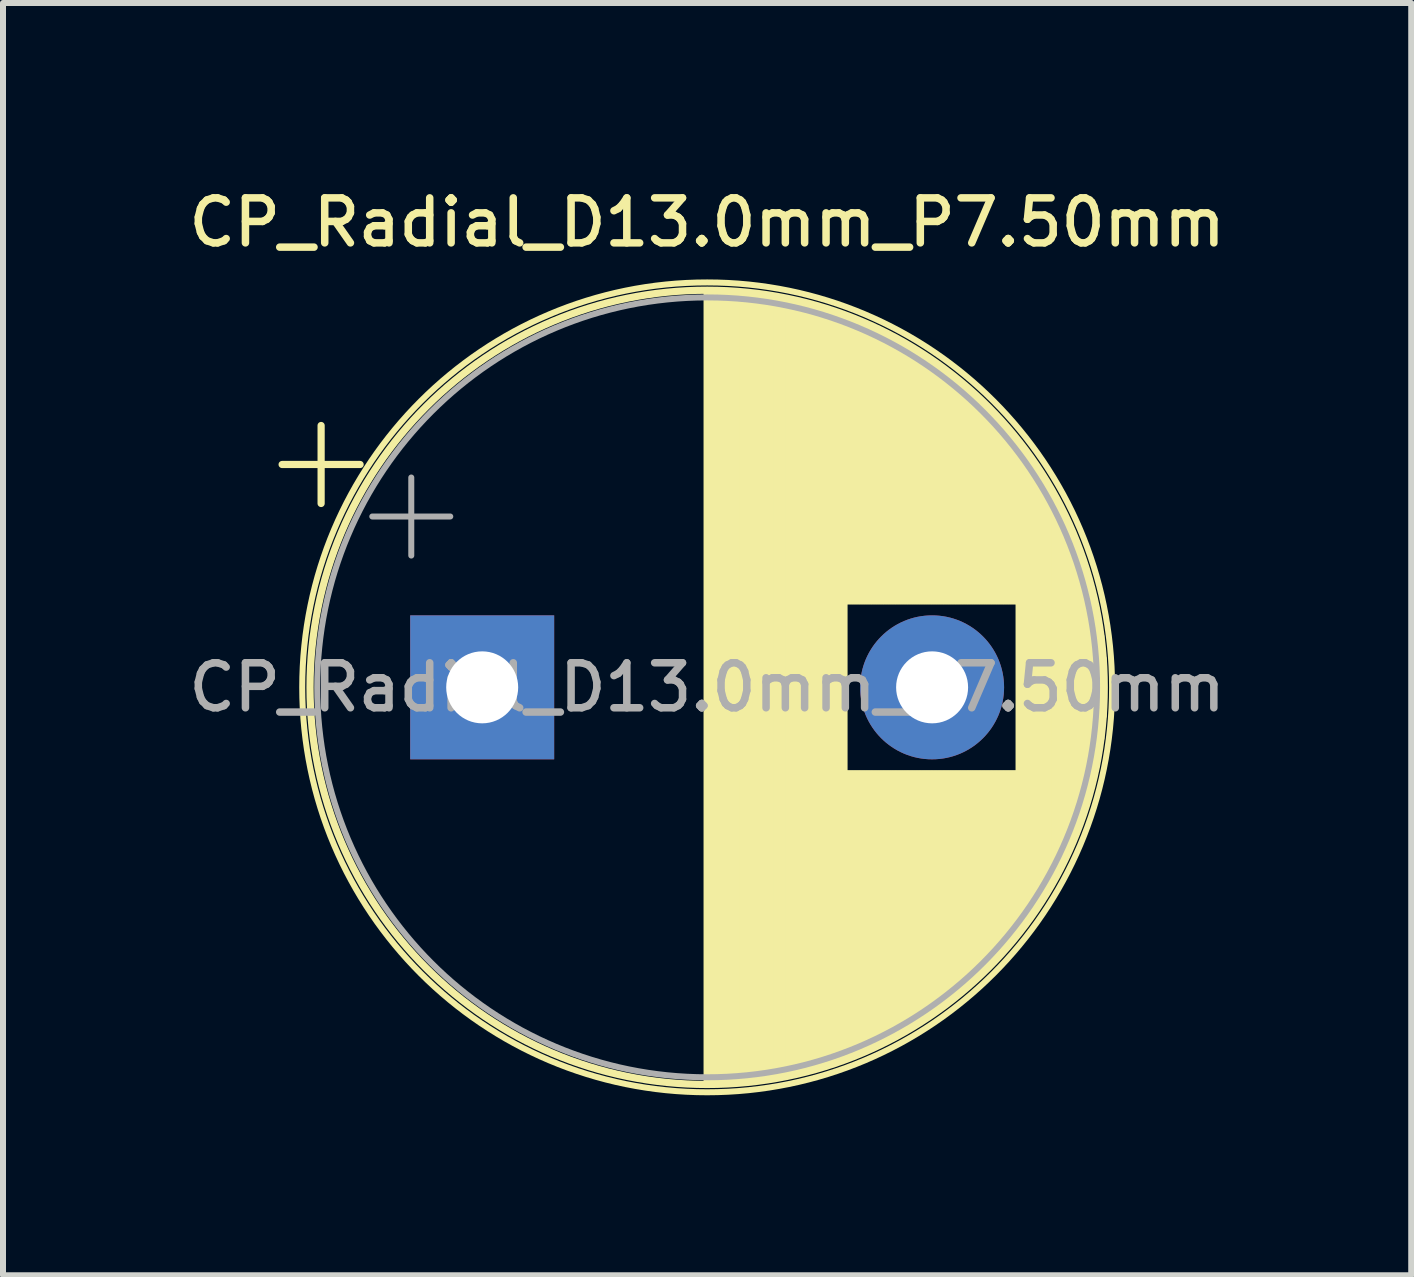
<source format=kicad_pcb>
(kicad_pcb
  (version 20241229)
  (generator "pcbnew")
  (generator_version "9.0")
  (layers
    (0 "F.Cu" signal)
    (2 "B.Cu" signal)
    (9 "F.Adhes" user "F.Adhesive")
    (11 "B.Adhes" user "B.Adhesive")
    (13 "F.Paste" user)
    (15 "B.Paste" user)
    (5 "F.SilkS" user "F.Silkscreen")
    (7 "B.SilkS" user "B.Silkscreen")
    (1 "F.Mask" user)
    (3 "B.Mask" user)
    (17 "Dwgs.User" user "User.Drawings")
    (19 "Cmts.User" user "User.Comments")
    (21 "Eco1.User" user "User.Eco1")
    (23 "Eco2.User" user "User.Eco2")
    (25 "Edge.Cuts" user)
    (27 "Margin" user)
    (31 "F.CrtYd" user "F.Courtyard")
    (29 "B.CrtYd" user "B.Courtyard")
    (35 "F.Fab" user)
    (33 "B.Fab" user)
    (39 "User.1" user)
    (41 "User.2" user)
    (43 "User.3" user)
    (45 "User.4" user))
  (footprint "CP_Radial_D13.0mm_P7.50mm"
    (layer "F.Cu")
    (at 4.988 8.408)
    (property "Reference" "CP_Radial_D13.0mm_P7.50mm" (at 3.75 -7.75 0) (layer "F.SilkS") (effects (font (size 0.75 0.75) (thickness 0.125))))
    (attr through_hole)
    (fp_line (start -3.335 -3.715) (end -2.035 -3.715) (stroke (width 0.12) (type solid)) (layer "F.SilkS"))
    (fp_line (start -2.685 -4.365) (end -2.685 -3.065) (stroke (width 0.12) (type solid)) (layer "F.SilkS"))
    (fp_line (start 3.75 -6.58) (end 3.75 6.58) (stroke (width 0.12) (type solid)) (layer "F.SilkS"))
    (fp_line (start 3.79 -6.58) (end 3.79 6.58) (stroke (width 0.12) (type solid)) (layer "F.SilkS"))
    (fp_line (start 3.83 -6.58) (end 3.83 6.58) (stroke (width 0.12) (type solid)) (layer "F.SilkS"))
    (fp_line (start 3.87 -6.579) (end 3.87 6.579) (stroke (width 0.12) (type solid)) (layer "F.SilkS"))
    (fp_line (start 3.91 -6.579) (end 3.91 6.579) (stroke (width 0.12) (type solid)) (layer "F.SilkS"))
    (fp_line (start 3.95 -6.577) (end 3.95 6.577) (stroke (width 0.12) (type solid)) (layer "F.SilkS"))
    (fp_line (start 3.99 -6.576) (end 3.99 6.576) (stroke (width 0.12) (type solid)) (layer "F.SilkS"))
    (fp_line (start 4.03 -6.575) (end 4.03 6.575) (stroke (width 0.12) (type solid)) (layer "F.SilkS"))
    (fp_line (start 4.07 -6.573) (end 4.07 6.573) (stroke (width 0.12) (type solid)) (layer "F.SilkS"))
    (fp_line (start 4.11 -6.571) (end 4.11 6.571) (stroke (width 0.12) (type solid)) (layer "F.SilkS"))
    (fp_line (start 4.15 -6.568) (end 4.15 6.568) (stroke (width 0.12) (type solid)) (layer "F.SilkS"))
    (fp_line (start 4.19 -6.566) (end 4.19 6.566) (stroke (width 0.12) (type solid)) (layer "F.SilkS"))
    (fp_line (start 4.23 -6.563) (end 4.23 6.563) (stroke (width 0.12) (type solid)) (layer "F.SilkS"))
    (fp_line (start 4.27 -6.56) (end 4.27 6.56) (stroke (width 0.12) (type solid)) (layer "F.SilkS"))
    (fp_line (start 4.31 -6.557) (end 4.31 6.557) (stroke (width 0.12) (type solid)) (layer "F.SilkS"))
    (fp_line (start 4.35 -6.553) (end 4.35 6.553) (stroke (width 0.12) (type solid)) (layer "F.SilkS"))
    (fp_line (start 4.39 -6.549) (end 4.39 6.549) (stroke (width 0.12) (type solid)) (layer "F.SilkS"))
    (fp_line (start 4.43 -6.545) (end 4.43 6.545) (stroke (width 0.12) (type solid)) (layer "F.SilkS"))
    (fp_line (start 4.471 -6.541) (end 4.471 6.541) (stroke (width 0.12) (type solid)) (layer "F.SilkS"))
    (fp_line (start 4.511 -6.537) (end 4.511 6.537) (stroke (width 0.12) (type solid)) (layer "F.SilkS"))
    (fp_line (start 4.551 -6.532) (end 4.551 6.532) (stroke (width 0.12) (type solid)) (layer "F.SilkS"))
    (fp_line (start 4.591 -6.527) (end 4.591 6.527) (stroke (width 0.12) (type solid)) (layer "F.SilkS"))
    (fp_line (start 4.631 -6.522) (end 4.631 6.522) (stroke (width 0.12) (type solid)) (layer "F.SilkS"))
    (fp_line (start 4.671 -6.516) (end 4.671 6.516) (stroke (width 0.12) (type solid)) (layer "F.SilkS"))
    (fp_line (start 4.711 -6.511) (end 4.711 6.511) (stroke (width 0.12) (type solid)) (layer "F.SilkS"))
    (fp_line (start 4.751 -6.505) (end 4.751 6.505) (stroke (width 0.12) (type solid)) (layer "F.SilkS"))
    (fp_line (start 4.791 -6.498) (end 4.791 6.498) (stroke (width 0.12) (type solid)) (layer "F.SilkS"))
    (fp_line (start 4.831 -6.492) (end 4.831 6.492) (stroke (width 0.12) (type solid)) (layer "F.SilkS"))
    (fp_line (start 4.871 -6.485) (end 4.871 6.485) (stroke (width 0.12) (type solid)) (layer "F.SilkS"))
    (fp_line (start 4.911 -6.478) (end 4.911 6.478) (stroke (width 0.12) (type solid)) (layer "F.SilkS"))
    (fp_line (start 4.951 -6.471) (end 4.951 6.471) (stroke (width 0.12) (type solid)) (layer "F.SilkS"))
    (fp_line (start 4.991 -6.463) (end 4.991 6.463) (stroke (width 0.12) (type solid)) (layer "F.SilkS"))
    (fp_line (start 5.031 -6.456) (end 5.031 6.456) (stroke (width 0.12) (type solid)) (layer "F.SilkS"))
    (fp_line (start 5.071 -6.448) (end 5.071 6.448) (stroke (width 0.12) (type solid)) (layer "F.SilkS"))
    (fp_line (start 5.111 -6.439) (end 5.111 6.439) (stroke (width 0.12) (type solid)) (layer "F.SilkS"))
    (fp_line (start 5.151 -6.431) (end 5.151 6.431) (stroke (width 0.12) (type solid)) (layer "F.SilkS"))
    (fp_line (start 5.191 -6.422) (end 5.191 6.422) (stroke (width 0.12) (type solid)) (layer "F.SilkS"))
    (fp_line (start 5.231 -6.413) (end 5.231 6.413) (stroke (width 0.12) (type solid)) (layer "F.SilkS"))
    (fp_line (start 5.271 -6.404) (end 5.271 6.404) (stroke (width 0.12) (type solid)) (layer "F.SilkS"))
    (fp_line (start 5.311 -6.394) (end 5.311 6.394) (stroke (width 0.12) (type solid)) (layer "F.SilkS"))
    (fp_line (start 5.351 -6.384) (end 5.351 6.384) (stroke (width 0.12) (type solid)) (layer "F.SilkS"))
    (fp_line (start 5.391 -6.374) (end 5.391 6.374) (stroke (width 0.12) (type solid)) (layer "F.SilkS"))
    (fp_line (start 5.431 -6.364) (end 5.431 6.364) (stroke (width 0.12) (type solid)) (layer "F.SilkS"))
    (fp_line (start 5.471 -6.353) (end 5.471 6.353) (stroke (width 0.12) (type solid)) (layer "F.SilkS"))
    (fp_line (start 5.511 -6.342) (end 5.511 6.342) (stroke (width 0.12) (type solid)) (layer "F.SilkS"))
    (fp_line (start 5.551 -6.331) (end 5.551 6.331) (stroke (width 0.12) (type solid)) (layer "F.SilkS"))
    (fp_line (start 5.591 -6.32) (end 5.591 6.32) (stroke (width 0.12) (type solid)) (layer "F.SilkS"))
    (fp_line (start 5.631 -6.308) (end 5.631 6.308) (stroke (width 0.12) (type solid)) (layer "F.SilkS"))
    (fp_line (start 5.671 -6.296) (end 5.671 6.296) (stroke (width 0.12) (type solid)) (layer "F.SilkS"))
    (fp_line (start 5.711 -6.284) (end 5.711 6.284) (stroke (width 0.12) (type solid)) (layer "F.SilkS"))
    (fp_line (start 5.751 -6.271) (end 5.751 6.271) (stroke (width 0.12) (type solid)) (layer "F.SilkS"))
    (fp_line (start 5.791 -6.258) (end 5.791 6.258) (stroke (width 0.12) (type solid)) (layer "F.SilkS"))
    (fp_line (start 5.831 -6.245) (end 5.831 6.245) (stroke (width 0.12) (type solid)) (layer "F.SilkS"))
    (fp_line (start 5.871 -6.232) (end 5.871 6.232) (stroke (width 0.12) (type solid)) (layer "F.SilkS"))
    (fp_line (start 5.911 -6.218) (end 5.911 6.218) (stroke (width 0.12) (type solid)) (layer "F.SilkS"))
    (fp_line (start 5.951 -6.204) (end 5.951 6.204) (stroke (width 0.12) (type solid)) (layer "F.SilkS"))
    (fp_line (start 5.991 -6.19) (end 5.991 6.19) (stroke (width 0.12) (type solid)) (layer "F.SilkS"))
    (fp_line (start 6.031 -6.175) (end 6.031 6.175) (stroke (width 0.12) (type solid)) (layer "F.SilkS"))
    (fp_line (start 6.071 -6.161) (end 6.071 -1.44) (stroke (width 0.12) (type solid)) (layer "F.SilkS"))
    (fp_line (start 6.071 1.44) (end 6.071 6.161) (stroke (width 0.12) (type solid)) (layer "F.SilkS"))
    (fp_line (start 6.111 -6.146) (end 6.111 -1.44) (stroke (width 0.12) (type solid)) (layer "F.SilkS"))
    (fp_line (start 6.111 1.44) (end 6.111 6.146) (stroke (width 0.12) (type solid)) (layer "F.SilkS"))
    (fp_line (start 6.151 -6.13) (end 6.151 -1.44) (stroke (width 0.12) (type solid)) (layer "F.SilkS"))
    (fp_line (start 6.151 1.44) (end 6.151 6.13) (stroke (width 0.12) (type solid)) (layer "F.SilkS"))
    (fp_line (start 6.191 -6.114) (end 6.191 -1.44) (stroke (width 0.12) (type solid)) (layer "F.SilkS"))
    (fp_line (start 6.191 1.44) (end 6.191 6.114) (stroke (width 0.12) (type solid)) (layer "F.SilkS"))
    (fp_line (start 6.231 -6.098) (end 6.231 -1.44) (stroke (width 0.12) (type solid)) (layer "F.SilkS"))
    (fp_line (start 6.231 1.44) (end 6.231 6.098) (stroke (width 0.12) (type solid)) (layer "F.SilkS"))
    (fp_line (start 6.271 -6.082) (end 6.271 -1.44) (stroke (width 0.12) (type solid)) (layer "F.SilkS"))
    (fp_line (start 6.271 1.44) (end 6.271 6.082) (stroke (width 0.12) (type solid)) (layer "F.SilkS"))
    (fp_line (start 6.311 -6.065) (end 6.311 -1.44) (stroke (width 0.12) (type solid)) (layer "F.SilkS"))
    (fp_line (start 6.311 1.44) (end 6.311 6.065) (stroke (width 0.12) (type solid)) (layer "F.SilkS"))
    (fp_line (start 6.351 -6.049) (end 6.351 -1.44) (stroke (width 0.12) (type solid)) (layer "F.SilkS"))
    (fp_line (start 6.351 1.44) (end 6.351 6.049) (stroke (width 0.12) (type solid)) (layer "F.SilkS"))
    (fp_line (start 6.391 -6.031) (end 6.391 -1.44) (stroke (width 0.12) (type solid)) (layer "F.SilkS"))
    (fp_line (start 6.391 1.44) (end 6.391 6.031) (stroke (width 0.12) (type solid)) (layer "F.SilkS"))
    (fp_line (start 6.431 -6.014) (end 6.431 -1.44) (stroke (width 0.12) (type solid)) (layer "F.SilkS"))
    (fp_line (start 6.431 1.44) (end 6.431 6.014) (stroke (width 0.12) (type solid)) (layer "F.SilkS"))
    (fp_line (start 6.471 -5.996) (end 6.471 -1.44) (stroke (width 0.12) (type solid)) (layer "F.SilkS"))
    (fp_line (start 6.471 1.44) (end 6.471 5.996) (stroke (width 0.12) (type solid)) (layer "F.SilkS"))
    (fp_line (start 6.511 -5.978) (end 6.511 -1.44) (stroke (width 0.12) (type solid)) (layer "F.SilkS"))
    (fp_line (start 6.511 1.44) (end 6.511 5.978) (stroke (width 0.12) (type solid)) (layer "F.SilkS"))
    (fp_line (start 6.551 -5.959) (end 6.551 -1.44) (stroke (width 0.12) (type solid)) (layer "F.SilkS"))
    (fp_line (start 6.551 1.44) (end 6.551 5.959) (stroke (width 0.12) (type solid)) (layer "F.SilkS"))
    (fp_line (start 6.591 -5.94) (end 6.591 -1.44) (stroke (width 0.12) (type solid)) (layer "F.SilkS"))
    (fp_line (start 6.591 1.44) (end 6.591 5.94) (stroke (width 0.12) (type solid)) (layer "F.SilkS"))
    (fp_line (start 6.631 -5.921) (end 6.631 -1.44) (stroke (width 0.12) (type solid)) (layer "F.SilkS"))
    (fp_line (start 6.631 1.44) (end 6.631 5.921) (stroke (width 0.12) (type solid)) (layer "F.SilkS"))
    (fp_line (start 6.671 -5.902) (end 6.671 -1.44) (stroke (width 0.12) (type solid)) (layer "F.SilkS"))
    (fp_line (start 6.671 1.44) (end 6.671 5.902) (stroke (width 0.12) (type solid)) (layer "F.SilkS"))
    (fp_line (start 6.711 -5.882) (end 6.711 -1.44) (stroke (width 0.12) (type solid)) (layer "F.SilkS"))
    (fp_line (start 6.711 1.44) (end 6.711 5.882) (stroke (width 0.12) (type solid)) (layer "F.SilkS"))
    (fp_line (start 6.751 -5.862) (end 6.751 -1.44) (stroke (width 0.12) (type solid)) (layer "F.SilkS"))
    (fp_line (start 6.751 1.44) (end 6.751 5.862) (stroke (width 0.12) (type solid)) (layer "F.SilkS"))
    (fp_line (start 6.791 -5.841) (end 6.791 -1.44) (stroke (width 0.12) (type solid)) (layer "F.SilkS"))
    (fp_line (start 6.791 1.44) (end 6.791 5.841) (stroke (width 0.12) (type solid)) (layer "F.SilkS"))
    (fp_line (start 6.831 -5.82) (end 6.831 -1.44) (stroke (width 0.12) (type solid)) (layer "F.SilkS"))
    (fp_line (start 6.831 1.44) (end 6.831 5.82) (stroke (width 0.12) (type solid)) (layer "F.SilkS"))
    (fp_line (start 6.871 -5.799) (end 6.871 -1.44) (stroke (width 0.12) (type solid)) (layer "F.SilkS"))
    (fp_line (start 6.871 1.44) (end 6.871 5.799) (stroke (width 0.12) (type solid)) (layer "F.SilkS"))
    (fp_line (start 6.911 -5.778) (end 6.911 -1.44) (stroke (width 0.12) (type solid)) (layer "F.SilkS"))
    (fp_line (start 6.911 1.44) (end 6.911 5.778) (stroke (width 0.12) (type solid)) (layer "F.SilkS"))
    (fp_line (start 6.951 -5.756) (end 6.951 -1.44) (stroke (width 0.12) (type solid)) (layer "F.SilkS"))
    (fp_line (start 6.951 1.44) (end 6.951 5.756) (stroke (width 0.12) (type solid)) (layer "F.SilkS"))
    (fp_line (start 6.991 -5.733) (end 6.991 -1.44) (stroke (width 0.12) (type solid)) (layer "F.SilkS"))
    (fp_line (start 6.991 1.44) (end 6.991 5.733) (stroke (width 0.12) (type solid)) (layer "F.SilkS"))
    (fp_line (start 7.031 -5.711) (end 7.031 -1.44) (stroke (width 0.12) (type solid)) (layer "F.SilkS"))
    (fp_line (start 7.031 1.44) (end 7.031 5.711) (stroke (width 0.12) (type solid)) (layer "F.SilkS"))
    (fp_line (start 7.071 -5.688) (end 7.071 -1.44) (stroke (width 0.12) (type solid)) (layer "F.SilkS"))
    (fp_line (start 7.071 1.44) (end 7.071 5.688) (stroke (width 0.12) (type solid)) (layer "F.SilkS"))
    (fp_line (start 7.111 -5.664) (end 7.111 -1.44) (stroke (width 0.12) (type solid)) (layer "F.SilkS"))
    (fp_line (start 7.111 1.44) (end 7.111 5.664) (stroke (width 0.12) (type solid)) (layer "F.SilkS"))
    (fp_line (start 7.151 -5.641) (end 7.151 -1.44) (stroke (width 0.12) (type solid)) (layer "F.SilkS"))
    (fp_line (start 7.151 1.44) (end 7.151 5.641) (stroke (width 0.12) (type solid)) (layer "F.SilkS"))
    (fp_line (start 7.191 -5.617) (end 7.191 -1.44) (stroke (width 0.12) (type solid)) (layer "F.SilkS"))
    (fp_line (start 7.191 1.44) (end 7.191 5.617) (stroke (width 0.12) (type solid)) (layer "F.SilkS"))
    (fp_line (start 7.231 -5.592) (end 7.231 -1.44) (stroke (width 0.12) (type solid)) (layer "F.SilkS"))
    (fp_line (start 7.231 1.44) (end 7.231 5.592) (stroke (width 0.12) (type solid)) (layer "F.SilkS"))
    (fp_line (start 7.271 -5.567) (end 7.271 -1.44) (stroke (width 0.12) (type solid)) (layer "F.SilkS"))
    (fp_line (start 7.271 1.44) (end 7.271 5.567) (stroke (width 0.12) (type solid)) (layer "F.SilkS"))
    (fp_line (start 7.311 -5.542) (end 7.311 -1.44) (stroke (width 0.12) (type solid)) (layer "F.SilkS"))
    (fp_line (start 7.311 1.44) (end 7.311 5.542) (stroke (width 0.12) (type solid)) (layer "F.SilkS"))
    (fp_line (start 7.351 -5.516) (end 7.351 -1.44) (stroke (width 0.12) (type solid)) (layer "F.SilkS"))
    (fp_line (start 7.351 1.44) (end 7.351 5.516) (stroke (width 0.12) (type solid)) (layer "F.SilkS"))
    (fp_line (start 7.391 -5.49) (end 7.391 -1.44) (stroke (width 0.12) (type solid)) (layer "F.SilkS"))
    (fp_line (start 7.391 1.44) (end 7.391 5.49) (stroke (width 0.12) (type solid)) (layer "F.SilkS"))
    (fp_line (start 7.431 -5.463) (end 7.431 -1.44) (stroke (width 0.12) (type solid)) (layer "F.SilkS"))
    (fp_line (start 7.431 1.44) (end 7.431 5.463) (stroke (width 0.12) (type solid)) (layer "F.SilkS"))
    (fp_line (start 7.471 -5.436) (end 7.471 -1.44) (stroke (width 0.12) (type solid)) (layer "F.SilkS"))
    (fp_line (start 7.471 1.44) (end 7.471 5.436) (stroke (width 0.12) (type solid)) (layer "F.SilkS"))
    (fp_line (start 7.511 -5.409) (end 7.511 -1.44) (stroke (width 0.12) (type solid)) (layer "F.SilkS"))
    (fp_line (start 7.511 1.44) (end 7.511 5.409) (stroke (width 0.12) (type solid)) (layer "F.SilkS"))
    (fp_line (start 7.551 -5.381) (end 7.551 -1.44) (stroke (width 0.12) (type solid)) (layer "F.SilkS"))
    (fp_line (start 7.551 1.44) (end 7.551 5.381) (stroke (width 0.12) (type solid)) (layer "F.SilkS"))
    (fp_line (start 7.591 -5.353) (end 7.591 -1.44) (stroke (width 0.12) (type solid)) (layer "F.SilkS"))
    (fp_line (start 7.591 1.44) (end 7.591 5.353) (stroke (width 0.12) (type solid)) (layer "F.SilkS"))
    (fp_line (start 7.631 -5.324) (end 7.631 -1.44) (stroke (width 0.12) (type solid)) (layer "F.SilkS"))
    (fp_line (start 7.631 1.44) (end 7.631 5.324) (stroke (width 0.12) (type solid)) (layer "F.SilkS"))
    (fp_line (start 7.671 -5.295) (end 7.671 -1.44) (stroke (width 0.12) (type solid)) (layer "F.SilkS"))
    (fp_line (start 7.671 1.44) (end 7.671 5.295) (stroke (width 0.12) (type solid)) (layer "F.SilkS"))
    (fp_line (start 7.711 -5.265) (end 7.711 -1.44) (stroke (width 0.12) (type solid)) (layer "F.SilkS"))
    (fp_line (start 7.711 1.44) (end 7.711 5.265) (stroke (width 0.12) (type solid)) (layer "F.SilkS"))
    (fp_line (start 7.751 -5.235) (end 7.751 -1.44) (stroke (width 0.12) (type solid)) (layer "F.SilkS"))
    (fp_line (start 7.751 1.44) (end 7.751 5.235) (stroke (width 0.12) (type solid)) (layer "F.SilkS"))
    (fp_line (start 7.791 -5.205) (end 7.791 -1.44) (stroke (width 0.12) (type solid)) (layer "F.SilkS"))
    (fp_line (start 7.791 1.44) (end 7.791 5.205) (stroke (width 0.12) (type solid)) (layer "F.SilkS"))
    (fp_line (start 7.831 -5.174) (end 7.831 -1.44) (stroke (width 0.12) (type solid)) (layer "F.SilkS"))
    (fp_line (start 7.831 1.44) (end 7.831 5.174) (stroke (width 0.12) (type solid)) (layer "F.SilkS"))
    (fp_line (start 7.871 -5.142) (end 7.871 -1.44) (stroke (width 0.12) (type solid)) (layer "F.SilkS"))
    (fp_line (start 7.871 1.44) (end 7.871 5.142) (stroke (width 0.12) (type solid)) (layer "F.SilkS"))
    (fp_line (start 7.911 -5.11) (end 7.911 -1.44) (stroke (width 0.12) (type solid)) (layer "F.SilkS"))
    (fp_line (start 7.911 1.44) (end 7.911 5.11) (stroke (width 0.12) (type solid)) (layer "F.SilkS"))
    (fp_line (start 7.951 -5.078) (end 7.951 -1.44) (stroke (width 0.12) (type solid)) (layer "F.SilkS"))
    (fp_line (start 7.951 1.44) (end 7.951 5.078) (stroke (width 0.12) (type solid)) (layer "F.SilkS"))
    (fp_line (start 7.991 -5.044) (end 7.991 -1.44) (stroke (width 0.12) (type solid)) (layer "F.SilkS"))
    (fp_line (start 7.991 1.44) (end 7.991 5.044) (stroke (width 0.12) (type solid)) (layer "F.SilkS"))
    (fp_line (start 8.031 -5.011) (end 8.031 -1.44) (stroke (width 0.12) (type solid)) (layer "F.SilkS"))
    (fp_line (start 8.031 1.44) (end 8.031 5.011) (stroke (width 0.12) (type solid)) (layer "F.SilkS"))
    (fp_line (start 8.071 -4.977) (end 8.071 -1.44) (stroke (width 0.12) (type solid)) (layer "F.SilkS"))
    (fp_line (start 8.071 1.44) (end 8.071 4.977) (stroke (width 0.12) (type solid)) (layer "F.SilkS"))
    (fp_line (start 8.111 -4.942) (end 8.111 -1.44) (stroke (width 0.12) (type solid)) (layer "F.SilkS"))
    (fp_line (start 8.111 1.44) (end 8.111 4.942) (stroke (width 0.12) (type solid)) (layer "F.SilkS"))
    (fp_line (start 8.151 -4.907) (end 8.151 -1.44) (stroke (width 0.12) (type solid)) (layer "F.SilkS"))
    (fp_line (start 8.151 1.44) (end 8.151 4.907) (stroke (width 0.12) (type solid)) (layer "F.SilkS"))
    (fp_line (start 8.191 -4.871) (end 8.191 -1.44) (stroke (width 0.12) (type solid)) (layer "F.SilkS"))
    (fp_line (start 8.191 1.44) (end 8.191 4.871) (stroke (width 0.12) (type solid)) (layer "F.SilkS"))
    (fp_line (start 8.231 -4.834) (end 8.231 -1.44) (stroke (width 0.12) (type solid)) (layer "F.SilkS"))
    (fp_line (start 8.231 1.44) (end 8.231 4.834) (stroke (width 0.12) (type solid)) (layer "F.SilkS"))
    (fp_line (start 8.271 -4.797) (end 8.271 -1.44) (stroke (width 0.12) (type solid)) (layer "F.SilkS"))
    (fp_line (start 8.271 1.44) (end 8.271 4.797) (stroke (width 0.12) (type solid)) (layer "F.SilkS"))
    (fp_line (start 8.311 -4.76) (end 8.311 -1.44) (stroke (width 0.12) (type solid)) (layer "F.SilkS"))
    (fp_line (start 8.311 1.44) (end 8.311 4.76) (stroke (width 0.12) (type solid)) (layer "F.SilkS"))
    (fp_line (start 8.351 -4.721) (end 8.351 -1.44) (stroke (width 0.12) (type solid)) (layer "F.SilkS"))
    (fp_line (start 8.351 1.44) (end 8.351 4.721) (stroke (width 0.12) (type solid)) (layer "F.SilkS"))
    (fp_line (start 8.391 -4.682) (end 8.391 -1.44) (stroke (width 0.12) (type solid)) (layer "F.SilkS"))
    (fp_line (start 8.391 1.44) (end 8.391 4.682) (stroke (width 0.12) (type solid)) (layer "F.SilkS"))
    (fp_line (start 8.431 -4.643) (end 8.431 -1.44) (stroke (width 0.12) (type solid)) (layer "F.SilkS"))
    (fp_line (start 8.431 1.44) (end 8.431 4.643) (stroke (width 0.12) (type solid)) (layer "F.SilkS"))
    (fp_line (start 8.471 -4.602) (end 8.471 -1.44) (stroke (width 0.12) (type solid)) (layer "F.SilkS"))
    (fp_line (start 8.471 1.44) (end 8.471 4.602) (stroke (width 0.12) (type solid)) (layer "F.SilkS"))
    (fp_line (start 8.511 -4.561) (end 8.511 -1.44) (stroke (width 0.12) (type solid)) (layer "F.SilkS"))
    (fp_line (start 8.511 1.44) (end 8.511 4.561) (stroke (width 0.12) (type solid)) (layer "F.SilkS"))
    (fp_line (start 8.551 -4.519) (end 8.551 -1.44) (stroke (width 0.12) (type solid)) (layer "F.SilkS"))
    (fp_line (start 8.551 1.44) (end 8.551 4.519) (stroke (width 0.12) (type solid)) (layer "F.SilkS"))
    (fp_line (start 8.591 -4.477) (end 8.591 -1.44) (stroke (width 0.12) (type solid)) (layer "F.SilkS"))
    (fp_line (start 8.591 1.44) (end 8.591 4.477) (stroke (width 0.12) (type solid)) (layer "F.SilkS"))
    (fp_line (start 8.631 -4.434) (end 8.631 -1.44) (stroke (width 0.12) (type solid)) (layer "F.SilkS"))
    (fp_line (start 8.631 1.44) (end 8.631 4.434) (stroke (width 0.12) (type solid)) (layer "F.SilkS"))
    (fp_line (start 8.671 -4.39) (end 8.671 -1.44) (stroke (width 0.12) (type solid)) (layer "F.SilkS"))
    (fp_line (start 8.671 1.44) (end 8.671 4.39) (stroke (width 0.12) (type solid)) (layer "F.SilkS"))
    (fp_line (start 8.711 -4.345) (end 8.711 -1.44) (stroke (width 0.12) (type solid)) (layer "F.SilkS"))
    (fp_line (start 8.711 1.44) (end 8.711 4.345) (stroke (width 0.12) (type solid)) (layer "F.SilkS"))
    (fp_line (start 8.751 -4.299) (end 8.751 -1.44) (stroke (width 0.12) (type solid)) (layer "F.SilkS"))
    (fp_line (start 8.751 1.44) (end 8.751 4.299) (stroke (width 0.12) (type solid)) (layer "F.SilkS"))
    (fp_line (start 8.791 -4.253) (end 8.791 -1.44) (stroke (width 0.12) (type solid)) (layer "F.SilkS"))
    (fp_line (start 8.791 1.44) (end 8.791 4.253) (stroke (width 0.12) (type solid)) (layer "F.SilkS"))
    (fp_line (start 8.831 -4.205) (end 8.831 -1.44) (stroke (width 0.12) (type solid)) (layer "F.SilkS"))
    (fp_line (start 8.831 1.44) (end 8.831 4.205) (stroke (width 0.12) (type solid)) (layer "F.SilkS"))
    (fp_line (start 8.871 -4.157) (end 8.871 -1.44) (stroke (width 0.12) (type solid)) (layer "F.SilkS"))
    (fp_line (start 8.871 1.44) (end 8.871 4.157) (stroke (width 0.12) (type solid)) (layer "F.SilkS"))
    (fp_line (start 8.911 -4.108) (end 8.911 -1.44) (stroke (width 0.12) (type solid)) (layer "F.SilkS"))
    (fp_line (start 8.911 1.44) (end 8.911 4.108) (stroke (width 0.12) (type solid)) (layer "F.SilkS"))
    (fp_line (start 8.951 -4.057) (end 8.951 4.057) (stroke (width 0.12) (type solid)) (layer "F.SilkS"))
    (fp_line (start 8.991 -4.006) (end 8.991 4.006) (stroke (width 0.12) (type solid)) (layer "F.SilkS"))
    (fp_line (start 9.031 -3.954) (end 9.031 3.954) (stroke (width 0.12) (type solid)) (layer "F.SilkS"))
    (fp_line (start 9.071 -3.9) (end 9.071 3.9) (stroke (width 0.12) (type solid)) (layer "F.SilkS"))
    (fp_line (start 9.111 -3.846) (end 9.111 3.846) (stroke (width 0.12) (type solid)) (layer "F.SilkS"))
    (fp_line (start 9.151 -3.79) (end 9.151 3.79) (stroke (width 0.12) (type solid)) (layer "F.SilkS"))
    (fp_line (start 9.191 -3.733) (end 9.191 3.733) (stroke (width 0.12) (type solid)) (layer "F.SilkS"))
    (fp_line (start 9.231 -3.675) (end 9.231 3.675) (stroke (width 0.12) (type solid)) (layer "F.SilkS"))
    (fp_line (start 9.271 -3.615) (end 9.271 3.615) (stroke (width 0.12) (type solid)) (layer "F.SilkS"))
    (fp_line (start 9.311 -3.554) (end 9.311 3.554) (stroke (width 0.12) (type solid)) (layer "F.SilkS"))
    (fp_line (start 9.351 -3.491) (end 9.351 3.491) (stroke (width 0.12) (type solid)) (layer "F.SilkS"))
    (fp_line (start 9.391 -3.427) (end 9.391 3.427) (stroke (width 0.12) (type solid)) (layer "F.SilkS"))
    (fp_line (start 9.431 -3.361) (end 9.431 3.361) (stroke (width 0.12) (type solid)) (layer "F.SilkS"))
    (fp_line (start 9.471 -3.293) (end 9.471 3.293) (stroke (width 0.12) (type solid)) (layer "F.SilkS"))
    (fp_line (start 9.511 -3.223) (end 9.511 3.223) (stroke (width 0.12) (type solid)) (layer "F.SilkS"))
    (fp_line (start 9.551 -3.152) (end 9.551 3.152) (stroke (width 0.12) (type solid)) (layer "F.SilkS"))
    (fp_line (start 9.591 -3.078) (end 9.591 3.078) (stroke (width 0.12) (type solid)) (layer "F.SilkS"))
    (fp_line (start 9.631 -3.002) (end 9.631 3.002) (stroke (width 0.12) (type solid)) (layer "F.SilkS"))
    (fp_line (start 9.671 -2.923) (end 9.671 2.923) (stroke (width 0.12) (type solid)) (layer "F.SilkS"))
    (fp_line (start 9.711 -2.842) (end 9.711 2.842) (stroke (width 0.12) (type solid)) (layer "F.SilkS"))
    (fp_line (start 9.751 -2.758) (end 9.751 2.758) (stroke (width 0.12) (type solid)) (layer "F.SilkS"))
    (fp_line (start 9.791 -2.67) (end 9.791 2.67) (stroke (width 0.12) (type solid)) (layer "F.SilkS"))
    (fp_line (start 9.831 -2.579) (end 9.831 2.579) (stroke (width 0.12) (type solid)) (layer "F.SilkS"))
    (fp_line (start 9.871 -2.484) (end 9.871 2.484) (stroke (width 0.12) (type solid)) (layer "F.SilkS"))
    (fp_line (start 9.911 -2.385) (end 9.911 2.385) (stroke (width 0.12) (type solid)) (layer "F.SilkS"))
    (fp_line (start 9.951 -2.281) (end 9.951 2.281) (stroke (width 0.12) (type solid)) (layer "F.SilkS"))
    (fp_line (start 9.991 -2.171) (end 9.991 2.171) (stroke (width 0.12) (type solid)) (layer "F.SilkS"))
    (fp_line (start 10.031 -2.055) (end 10.031 2.055) (stroke (width 0.12) (type solid)) (layer "F.SilkS"))
    (fp_line (start 10.071 -1.931) (end 10.071 1.931) (stroke (width 0.12) (type solid)) (layer "F.SilkS"))
    (fp_line (start 10.111 -1.798) (end 10.111 1.798) (stroke (width 0.12) (type solid)) (layer "F.SilkS"))
    (fp_line (start 10.151 -1.653) (end 10.151 1.653) (stroke (width 0.12) (type solid)) (layer "F.SilkS"))
    (fp_line (start 10.191 -1.494) (end 10.191 1.494) (stroke (width 0.12) (type solid)) (layer "F.SilkS"))
    (fp_line (start 10.231 -1.315) (end 10.231 1.315) (stroke (width 0.12) (type solid)) (layer "F.SilkS"))
    (fp_line (start 10.271 -1.107) (end 10.271 1.107) (stroke (width 0.12) (type solid)) (layer "F.SilkS"))
    (fp_line (start 10.311 -0.85) (end 10.311 0.85) (stroke (width 0.12) (type solid)) (layer "F.SilkS"))
    (fp_line (start 10.351 -0.475) (end 10.351 0.475) (stroke (width 0.12) (type solid)) (layer "F.SilkS"))
    (fp_circle (center 3.75 0) (end 10.37 0) (stroke (width 0.12) (type solid)) (fill no) (layer "F.SilkS"))
    (fp_circle (center 3.75 0) (end 10.5 0) (stroke (width 0.1) (type solid)) (fill no) (layer "F.SilkS"))
    (fp_line (start -1.832 -2.848) (end -0.532 -2.848) (stroke (width 0.1) (type solid)) (layer "F.Fab"))
    (fp_line (start -1.182 -3.498) (end -1.182 -2.197) (stroke (width 0.1) (type solid)) (layer "F.Fab"))
    (fp_circle (center 3.75 0) (end 10.25 0) (stroke (width 0.1) (type solid)) (fill no) (layer "F.Fab"))
    (fp_text user "${REFERENCE}" (at 3.75 0 0) (layer "F.Fab") (effects (font (size 0.75 0.75) (thickness 0.125))))
    (pad "1" thru_hole rect (at 0 0) (size 2.4 2.4) (drill 1.2) (layers "*.Cu" "*.Mask"))
    (pad "2" thru_hole circle (at 7.5 0) (size 2.4 2.4) (drill 1.2) (layers "*.Cu" "*.Mask")))
  (gr_rect
    (start -3 -3)
    (end 20.475 18.208)
    (stroke (width 0.1) (type default))
    (fill no)
    (layer "Edge.Cuts")))
</source>
